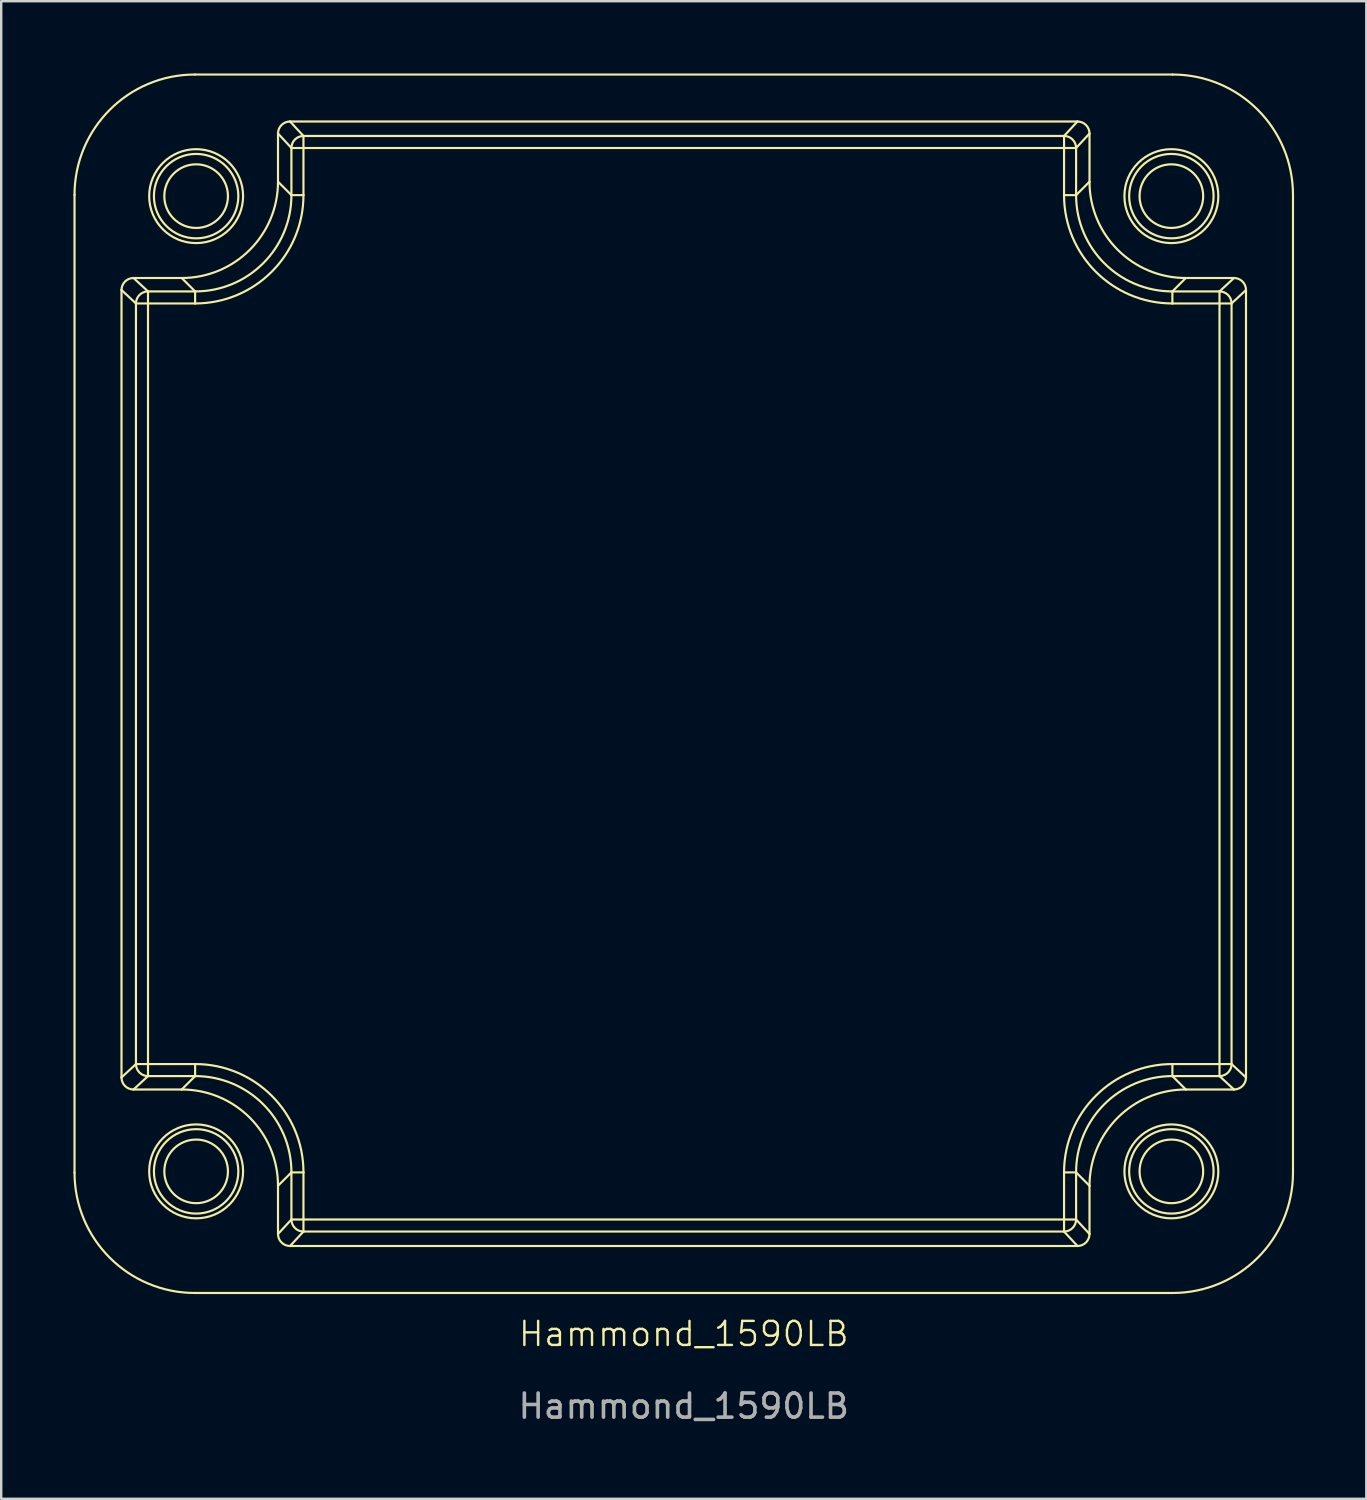
<source format=kicad_pcb>
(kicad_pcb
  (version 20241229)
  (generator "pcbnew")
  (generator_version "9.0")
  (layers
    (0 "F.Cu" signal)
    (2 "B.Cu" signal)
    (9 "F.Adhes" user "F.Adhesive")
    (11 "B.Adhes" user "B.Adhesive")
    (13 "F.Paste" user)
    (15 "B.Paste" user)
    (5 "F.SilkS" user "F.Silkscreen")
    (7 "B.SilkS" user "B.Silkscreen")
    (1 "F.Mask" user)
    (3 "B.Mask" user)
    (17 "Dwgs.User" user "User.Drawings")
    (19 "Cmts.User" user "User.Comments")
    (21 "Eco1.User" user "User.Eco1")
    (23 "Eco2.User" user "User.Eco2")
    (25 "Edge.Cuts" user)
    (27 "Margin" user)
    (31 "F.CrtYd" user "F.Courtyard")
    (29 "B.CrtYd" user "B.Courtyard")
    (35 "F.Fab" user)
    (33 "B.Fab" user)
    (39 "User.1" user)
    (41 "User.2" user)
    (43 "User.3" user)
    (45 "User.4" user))
  (footprint "Hammond_1590LB"
    (layer "F.Cu")
    (at 25.345 25.345)
    (property "Reference" "Hammond_1590LB" (at 0 27 0) (unlocked yes) (layer "F.SilkS") (effects (font (size 1 1) (thickness 0.1))))
    (fp_line (start -25.3 20.301) (end -25.3 -20.301) (stroke (width 0.09) (type solid)) (layer "F.SilkS"))
    (fp_line (start -23.349 -16.35) (end -22.749 -15.793) (stroke (width 0.09) (type solid)) (layer "F.SilkS"))
    (fp_line (start -23.349 16.35) (end -23.349 -16.35) (stroke (width 0.09) (type solid)) (layer "F.SilkS"))
    (fp_line (start -22.85 -16.85) (end -20.849 -16.85) (stroke (width 0.09) (type solid)) (layer "F.SilkS"))
    (fp_line (start -22.85 16.85) (end -22.249 16.293) (stroke (width 0.09) (type solid)) (layer "F.SilkS"))
    (fp_line (start -22.749 -15.793) (end -22.749 15.793) (stroke (width 0.09) (type solid)) (layer "F.SilkS"))
    (fp_line (start -22.749 -15.793) (end -22.249 -15.793) (stroke (width 0.09) (type solid)) (layer "F.SilkS"))
    (fp_line (start -22.749 15.793) (end -23.349 16.35) (stroke (width 0.09) (type solid)) (layer "F.SilkS"))
    (fp_line (start -22.249 -16.293) (end -22.85 -16.85) (stroke (width 0.09) (type solid)) (layer "F.SilkS"))
    (fp_line (start -22.249 -15.793) (end -22.249 -16.293) (stroke (width 0.09) (type solid)) (layer "F.SilkS"))
    (fp_line (start -22.249 -15.793) (end -20.292 -15.793) (stroke (width 0.09) (type solid)) (layer "F.SilkS"))
    (fp_line (start -22.249 15.793) (end -22.749 15.793) (stroke (width 0.09) (type solid)) (layer "F.SilkS"))
    (fp_line (start -22.249 15.793) (end -22.249 -15.793) (stroke (width 0.09) (type solid)) (layer "F.SilkS"))
    (fp_line (start -22.249 16.293) (end -22.249 15.793) (stroke (width 0.09) (type solid)) (layer "F.SilkS"))
    (fp_line (start -22.249 16.293) (end -20.292 16.293) (stroke (width 0.09) (type solid)) (layer "F.SilkS"))
    (fp_line (start -20.849 -16.85) (end -20.292 -16.293) (stroke (width 0.09) (type solid)) (layer "F.SilkS"))
    (fp_line (start -20.849 16.85) (end -22.85 16.85) (stroke (width 0.09) (type solid)) (layer "F.SilkS"))
    (fp_line (start -20.301 -25.3) (end 20.301 -25.3) (stroke (width 0.09) (type solid)) (layer "F.SilkS"))
    (fp_line (start -20.292 -16.293) (end -22.249 -16.293) (stroke (width 0.09) (type solid)) (layer "F.SilkS"))
    (fp_line (start -20.292 -16.293) (end -20.292 -15.793) (stroke (width 0.09) (type solid)) (layer "F.SilkS"))
    (fp_line (start -20.292 15.793) (end -22.249 15.793) (stroke (width 0.09) (type solid)) (layer "F.SilkS"))
    (fp_line (start -20.292 15.793) (end -20.292 16.293) (stroke (width 0.09) (type solid)) (layer "F.SilkS"))
    (fp_line (start -20.292 16.293) (end -20.849 16.85) (stroke (width 0.09) (type solid)) (layer "F.SilkS"))
    (fp_line (start -16.85 -22.85) (end -16.293 -22.249) (stroke (width 0.09) (type solid)) (layer "F.SilkS"))
    (fp_line (start -16.85 -20.849) (end -16.85 -22.85) (stroke (width 0.09) (type solid)) (layer "F.SilkS"))
    (fp_line (start -16.85 20.849) (end -16.293 20.292) (stroke (width 0.09) (type solid)) (layer "F.SilkS"))
    (fp_line (start -16.85 22.85) (end -16.85 20.849) (stroke (width 0.09) (type solid)) (layer "F.SilkS"))
    (fp_line (start -16.35 -23.349) (end 16.35 -23.349) (stroke (width 0.09) (type solid)) (layer "F.SilkS"))
    (fp_line (start -16.35 23.349) (end -15.793 22.749) (stroke (width 0.09) (type solid)) (layer "F.SilkS"))
    (fp_line (start -16.293 -22.249) (end -16.293 -20.292) (stroke (width 0.09) (type solid)) (layer "F.SilkS"))
    (fp_line (start -16.293 -22.249) (end -15.793 -22.249) (stroke (width 0.09) (type solid)) (layer "F.SilkS"))
    (fp_line (start -16.293 -20.292) (end -16.85 -20.849) (stroke (width 0.09) (type solid)) (layer "F.SilkS"))
    (fp_line (start -16.293 -20.292) (end -15.793 -20.292) (stroke (width 0.09) (type solid)) (layer "F.SilkS"))
    (fp_line (start -16.293 20.292) (end -16.293 22.249) (stroke (width 0.09) (type solid)) (layer "F.SilkS"))
    (fp_line (start -16.293 22.249) (end -16.85 22.85) (stroke (width 0.09) (type solid)) (layer "F.SilkS"))
    (fp_line (start -15.793 -22.749) (end -16.35 -23.349) (stroke (width 0.09) (type solid)) (layer "F.SilkS"))
    (fp_line (start -15.793 -22.249) (end -15.793 -22.749) (stroke (width 0.09) (type solid)) (layer "F.SilkS"))
    (fp_line (start -15.793 -22.249) (end 15.793 -22.249) (stroke (width 0.09) (type solid)) (layer "F.SilkS"))
    (fp_line (start -15.793 -20.292) (end -15.793 -22.249) (stroke (width 0.09) (type solid)) (layer "F.SilkS"))
    (fp_line (start -15.793 20.292) (end -16.293 20.292) (stroke (width 0.09) (type solid)) (layer "F.SilkS"))
    (fp_line (start -15.793 22.249) (end -16.293 22.249) (stroke (width 0.09) (type solid)) (layer "F.SilkS"))
    (fp_line (start -15.793 22.249) (end -15.793 20.292) (stroke (width 0.09) (type solid)) (layer "F.SilkS"))
    (fp_line (start -15.793 22.749) (end -15.793 22.249) (stroke (width 0.09) (type solid)) (layer "F.SilkS"))
    (fp_line (start -15.793 22.749) (end 15.793 22.749) (stroke (width 0.09) (type solid)) (layer "F.SilkS"))
    (fp_line (start 15.793 -22.749) (end -15.793 -22.749) (stroke (width 0.09) (type solid)) (layer "F.SilkS"))
    (fp_line (start 15.793 -22.749) (end 15.793 -22.249) (stroke (width 0.09) (type solid)) (layer "F.SilkS"))
    (fp_line (start 15.793 -22.249) (end 15.793 -20.292) (stroke (width 0.09) (type solid)) (layer "F.SilkS"))
    (fp_line (start 15.793 -22.249) (end 16.293 -22.249) (stroke (width 0.09) (type solid)) (layer "F.SilkS"))
    (fp_line (start 15.793 20.292) (end 15.793 22.249) (stroke (width 0.09) (type solid)) (layer "F.SilkS"))
    (fp_line (start 15.793 20.292) (end 16.293 20.292) (stroke (width 0.09) (type solid)) (layer "F.SilkS"))
    (fp_line (start 15.793 22.249) (end -15.793 22.249) (stroke (width 0.09) (type solid)) (layer "F.SilkS"))
    (fp_line (start 15.793 22.249) (end 15.793 22.749) (stroke (width 0.09) (type solid)) (layer "F.SilkS"))
    (fp_line (start 15.793 22.749) (end 16.35 23.349) (stroke (width 0.09) (type solid)) (layer "F.SilkS"))
    (fp_line (start 16.293 -22.249) (end 16.85 -22.85) (stroke (width 0.09) (type solid)) (layer "F.SilkS"))
    (fp_line (start 16.293 -20.292) (end 15.793 -20.292) (stroke (width 0.09) (type solid)) (layer "F.SilkS"))
    (fp_line (start 16.293 -20.292) (end 16.293 -22.249) (stroke (width 0.09) (type solid)) (layer "F.SilkS"))
    (fp_line (start 16.293 20.292) (end 16.85 20.849) (stroke (width 0.09) (type solid)) (layer "F.SilkS"))
    (fp_line (start 16.293 22.249) (end 15.793 22.249) (stroke (width 0.09) (type solid)) (layer "F.SilkS"))
    (fp_line (start 16.293 22.249) (end 16.293 20.292) (stroke (width 0.09) (type solid)) (layer "F.SilkS"))
    (fp_line (start 16.35 -23.349) (end 15.793 -22.749) (stroke (width 0.09) (type solid)) (layer "F.SilkS"))
    (fp_line (start 16.35 23.349) (end -16.35 23.349) (stroke (width 0.09) (type solid)) (layer "F.SilkS"))
    (fp_line (start 16.85 -22.85) (end 16.85 -20.849) (stroke (width 0.09) (type solid)) (layer "F.SilkS"))
    (fp_line (start 16.85 -20.849) (end 16.293 -20.292) (stroke (width 0.09) (type solid)) (layer "F.SilkS"))
    (fp_line (start 16.85 20.849) (end 16.85 22.85) (stroke (width 0.09) (type solid)) (layer "F.SilkS"))
    (fp_line (start 16.85 22.85) (end 16.293 22.249) (stroke (width 0.09) (type solid)) (layer "F.SilkS"))
    (fp_line (start 20.292 -16.293) (end 20.292 -15.793) (stroke (width 0.09) (type solid)) (layer "F.SilkS"))
    (fp_line (start 20.292 -16.293) (end 20.849 -16.85) (stroke (width 0.09) (type solid)) (layer "F.SilkS"))
    (fp_line (start 20.292 -15.793) (end 22.249 -15.793) (stroke (width 0.09) (type solid)) (layer "F.SilkS"))
    (fp_line (start 20.292 15.793) (end 20.292 16.293) (stroke (width 0.09) (type solid)) (layer "F.SilkS"))
    (fp_line (start 20.292 16.293) (end 22.249 16.293) (stroke (width 0.09) (type solid)) (layer "F.SilkS"))
    (fp_line (start 20.301 25.3) (end -20.301 25.3) (stroke (width 0.09) (type solid)) (layer "F.SilkS"))
    (fp_line (start 20.849 -16.85) (end 22.85 -16.85) (stroke (width 0.09) (type solid)) (layer "F.SilkS"))
    (fp_line (start 20.849 16.85) (end 20.292 16.293) (stroke (width 0.09) (type solid)) (layer "F.SilkS"))
    (fp_line (start 22.249 -16.293) (end 20.292 -16.293) (stroke (width 0.09) (type solid)) (layer "F.SilkS"))
    (fp_line (start 22.249 -16.293) (end 22.249 -15.793) (stroke (width 0.09) (type solid)) (layer "F.SilkS"))
    (fp_line (start 22.249 -15.793) (end 22.249 15.793) (stroke (width 0.09) (type solid)) (layer "F.SilkS"))
    (fp_line (start 22.249 -15.793) (end 22.749 -15.793) (stroke (width 0.09) (type solid)) (layer "F.SilkS"))
    (fp_line (start 22.249 15.793) (end 20.292 15.793) (stroke (width 0.09) (type solid)) (layer "F.SilkS"))
    (fp_line (start 22.249 15.793) (end 22.249 16.293) (stroke (width 0.09) (type solid)) (layer "F.SilkS"))
    (fp_line (start 22.249 16.293) (end 22.85 16.85) (stroke (width 0.09) (type solid)) (layer "F.SilkS"))
    (fp_line (start 22.749 -15.793) (end 23.349 -16.35) (stroke (width 0.09) (type solid)) (layer "F.SilkS"))
    (fp_line (start 22.749 15.793) (end 22.249 15.793) (stroke (width 0.09) (type solid)) (layer "F.SilkS"))
    (fp_line (start 22.749 15.793) (end 22.749 -15.793) (stroke (width 0.09) (type solid)) (layer "F.SilkS"))
    (fp_line (start 22.85 -16.85) (end 22.249 -16.293) (stroke (width 0.09) (type solid)) (layer "F.SilkS"))
    (fp_line (start 22.85 16.85) (end 20.849 16.85) (stroke (width 0.09) (type solid)) (layer "F.SilkS"))
    (fp_line (start 23.349 -16.35) (end 23.349 16.35) (stroke (width 0.09) (type solid)) (layer "F.SilkS"))
    (fp_line (start 23.349 16.35) (end 22.749 15.793) (stroke (width 0.09) (type solid)) (layer "F.SilkS"))
    (fp_line (start 25.3 -20.301) (end 25.3 20.301) (stroke (width 0.09) (type solid)) (layer "F.SilkS"))
    (fp_circle (center -20.25 -20.25) (end -18.929 -20.25) (stroke (width 0.09) (type solid)) (fill no) (layer "F.SilkS"))
    (fp_circle (center -20.25 -20.25) (end -18.497 -20.25) (stroke (width 0.09) (type solid)) (fill no) (layer "F.SilkS"))
    (fp_circle (center -20.25 -20.25) (end -18.3 -20.25) (stroke (width 0.09) (type solid)) (fill no) (layer "F.SilkS"))
    (fp_circle (center -20.25 20.25) (end -18.929 20.25) (stroke (width 0.09) (type solid)) (fill no) (layer "F.SilkS"))
    (fp_circle (center -20.25 20.25) (end -18.497 20.25) (stroke (width 0.09) (type solid)) (fill no) (layer "F.SilkS"))
    (fp_circle (center -20.25 20.25) (end -18.3 20.25) (stroke (width 0.09) (type solid)) (fill no) (layer "F.SilkS"))
    (fp_circle (center 20.25 -20.25) (end 21.571 -20.25) (stroke (width 0.09) (type solid)) (fill no) (layer "F.SilkS"))
    (fp_circle (center 20.25 -20.25) (end 22.003 -20.25) (stroke (width 0.09) (type solid)) (fill no) (layer "F.SilkS"))
    (fp_circle (center 20.25 -20.25) (end 22.2 -20.25) (stroke (width 0.09) (type solid)) (fill no) (layer "F.SilkS"))
    (fp_circle (center 20.25 20.25) (end 21.571 20.25) (stroke (width 0.09) (type solid)) (fill no) (layer "F.SilkS"))
    (fp_circle (center 20.25 20.25) (end 22.003 20.25) (stroke (width 0.09) (type solid)) (fill no) (layer "F.SilkS"))
    (fp_circle (center 20.25 20.25) (end 22.2 20.25) (stroke (width 0.09) (type solid)) (fill no) (layer "F.SilkS"))
    (fp_curve (pts (xy -25.3 20.301) (xy -25.3 23.063) (xy -23.063 25.3) (xy -20.301 25.3)) (stroke (width 0.09) (type solid)) (layer "F.SilkS"))
    (fp_curve (pts (xy -23.349 16.35) (xy -23.349 16.626) (xy -23.126 16.85) (xy -22.85 16.85)) (stroke (width 0.09) (type solid)) (layer "F.SilkS"))
    (fp_curve (pts (xy -22.85 -16.85) (xy -23.126 -16.85) (xy -23.349 -16.626) (xy -23.349 -16.35)) (stroke (width 0.09) (type solid)) (layer "F.SilkS"))
    (fp_curve (pts (xy -22.749 15.793) (xy -22.749 16.069) (xy -22.525 16.292) (xy -22.249 16.293)) (stroke (width 0.09) (type solid)) (layer "F.SilkS"))
    (fp_curve (pts (xy -22.249 -16.293) (xy -22.525 -16.292) (xy -22.749 -16.069) (xy -22.749 -15.793)) (stroke (width 0.09) (type solid)) (layer "F.SilkS"))
    (fp_curve (pts (xy -20.849 -16.85) (xy -18.64 -16.85) (xy -16.85 -18.64) (xy -16.85 -20.849)) (stroke (width 0.09) (type solid)) (layer "F.SilkS"))
    (fp_curve (pts (xy -20.301 -25.3) (xy -23.063 -25.3) (xy -25.3 -23.063) (xy -25.3 -20.301)) (stroke (width 0.09) (type solid)) (layer "F.SilkS"))
    (fp_curve (pts (xy -20.292 -16.293) (xy -18.083 -16.292) (xy -16.292 -18.083) (xy -16.293 -20.292)) (stroke (width 0.09) (type solid)) (layer "F.SilkS"))
    (fp_curve (pts (xy -20.292 -15.793) (xy -17.807 -15.793) (xy -15.793 -17.807) (xy -15.793 -20.292)) (stroke (width 0.09) (type solid)) (layer "F.SilkS"))
    (fp_curve (pts (xy -16.85 20.849) (xy -16.85 18.64) (xy -18.64 16.85) (xy -20.849 16.85)) (stroke (width 0.09) (type solid)) (layer "F.SilkS"))
    (fp_curve (pts (xy -16.85 22.85) (xy -16.85 23.126) (xy -16.626 23.349) (xy -16.35 23.349)) (stroke (width 0.09) (type solid)) (layer "F.SilkS"))
    (fp_curve (pts (xy -16.35 -23.349) (xy -16.626 -23.349) (xy -16.85 -23.126) (xy -16.85 -22.85)) (stroke (width 0.09) (type solid)) (layer "F.SilkS"))
    (fp_curve (pts (xy -16.293 20.292) (xy -16.292 18.083) (xy -18.083 16.292) (xy -20.292 16.293)) (stroke (width 0.09) (type solid)) (layer "F.SilkS"))
    (fp_curve (pts (xy -16.293 22.249) (xy -16.292 22.525) (xy -16.069 22.749) (xy -15.793 22.749)) (stroke (width 0.09) (type solid)) (layer "F.SilkS"))
    (fp_curve (pts (xy -15.793 -22.749) (xy -16.069 -22.749) (xy -16.292 -22.525) (xy -16.293 -22.249)) (stroke (width 0.09) (type solid)) (layer "F.SilkS"))
    (fp_curve (pts (xy -15.793 20.292) (xy -15.793 17.807) (xy -17.807 15.793) (xy -20.292 15.793)) (stroke (width 0.09) (type solid)) (layer "F.SilkS"))
    (fp_curve (pts (xy 15.793 -20.292) (xy 15.793 -17.807) (xy 17.807 -15.793) (xy 20.292 -15.793)) (stroke (width 0.09) (type solid)) (layer "F.SilkS"))
    (fp_curve (pts (xy 15.793 22.749) (xy 16.069 22.749) (xy 16.292 22.525) (xy 16.293 22.249)) (stroke (width 0.09) (type solid)) (layer "F.SilkS"))
    (fp_curve (pts (xy 16.293 -22.249) (xy 16.292 -22.525) (xy 16.069 -22.749) (xy 15.793 -22.749)) (stroke (width 0.09) (type solid)) (layer "F.SilkS"))
    (fp_curve (pts (xy 16.293 -20.292) (xy 16.292 -18.083) (xy 18.083 -16.292) (xy 20.292 -16.293)) (stroke (width 0.09) (type solid)) (layer "F.SilkS"))
    (fp_curve (pts (xy 16.35 23.349) (xy 16.626 23.349) (xy 16.85 23.126) (xy 16.85 22.85)) (stroke (width 0.09) (type solid)) (layer "F.SilkS"))
    (fp_curve (pts (xy 16.85 -22.85) (xy 16.85 -23.126) (xy 16.626 -23.349) (xy 16.35 -23.349)) (stroke (width 0.09) (type solid)) (layer "F.SilkS"))
    (fp_curve (pts (xy 16.85 -20.849) (xy 16.85 -18.64) (xy 18.64 -16.85) (xy 20.849 -16.85)) (stroke (width 0.09) (type solid)) (layer "F.SilkS"))
    (fp_curve (pts (xy 20.292 15.793) (xy 17.807 15.793) (xy 15.793 17.807) (xy 15.793 20.292)) (stroke (width 0.09) (type solid)) (layer "F.SilkS"))
    (fp_curve (pts (xy 20.292 16.293) (xy 18.083 16.292) (xy 16.292 18.083) (xy 16.293 20.292)) (stroke (width 0.09) (type solid)) (layer "F.SilkS"))
    (fp_curve (pts (xy 20.301 25.3) (xy 23.063 25.3) (xy 25.3 23.063) (xy 25.3 20.301)) (stroke (width 0.09) (type solid)) (layer "F.SilkS"))
    (fp_curve (pts (xy 20.849 16.85) (xy 18.64 16.85) (xy 16.85 18.64) (xy 16.85 20.849)) (stroke (width 0.09) (type solid)) (layer "F.SilkS"))
    (fp_curve (pts (xy 22.249 16.293) (xy 22.525 16.292) (xy 22.749 16.069) (xy 22.749 15.793)) (stroke (width 0.09) (type solid)) (layer "F.SilkS"))
    (fp_curve (pts (xy 22.749 -15.793) (xy 22.749 -16.069) (xy 22.525 -16.292) (xy 22.249 -16.293)) (stroke (width 0.09) (type solid)) (layer "F.SilkS"))
    (fp_curve (pts (xy 22.85 16.85) (xy 23.126 16.85) (xy 23.349 16.626) (xy 23.349 16.35)) (stroke (width 0.09) (type solid)) (layer "F.SilkS"))
    (fp_curve (pts (xy 23.349 -16.35) (xy 23.349 -16.626) (xy 23.126 -16.85) (xy 22.85 -16.85)) (stroke (width 0.09) (type solid)) (layer "F.SilkS"))
    (fp_curve (pts (xy 25.3 -20.301) (xy 25.3 -23.063) (xy 23.063 -25.3) (xy 20.301 -25.3)) (stroke (width 0.09) (type solid)) (layer "F.SilkS"))
    (fp_text user "${REFERENCE}" (at 0 30 0) (unlocked yes) (layer "F.Fab") (effects (font (size 1 1) (thickness 0.15)))))
  (gr_rect
    (start -3 -3)
    (end 53.69 59.193)
    (stroke (width 0.1) (type default))
    (fill no)
    (layer "Edge.Cuts")))
</source>
